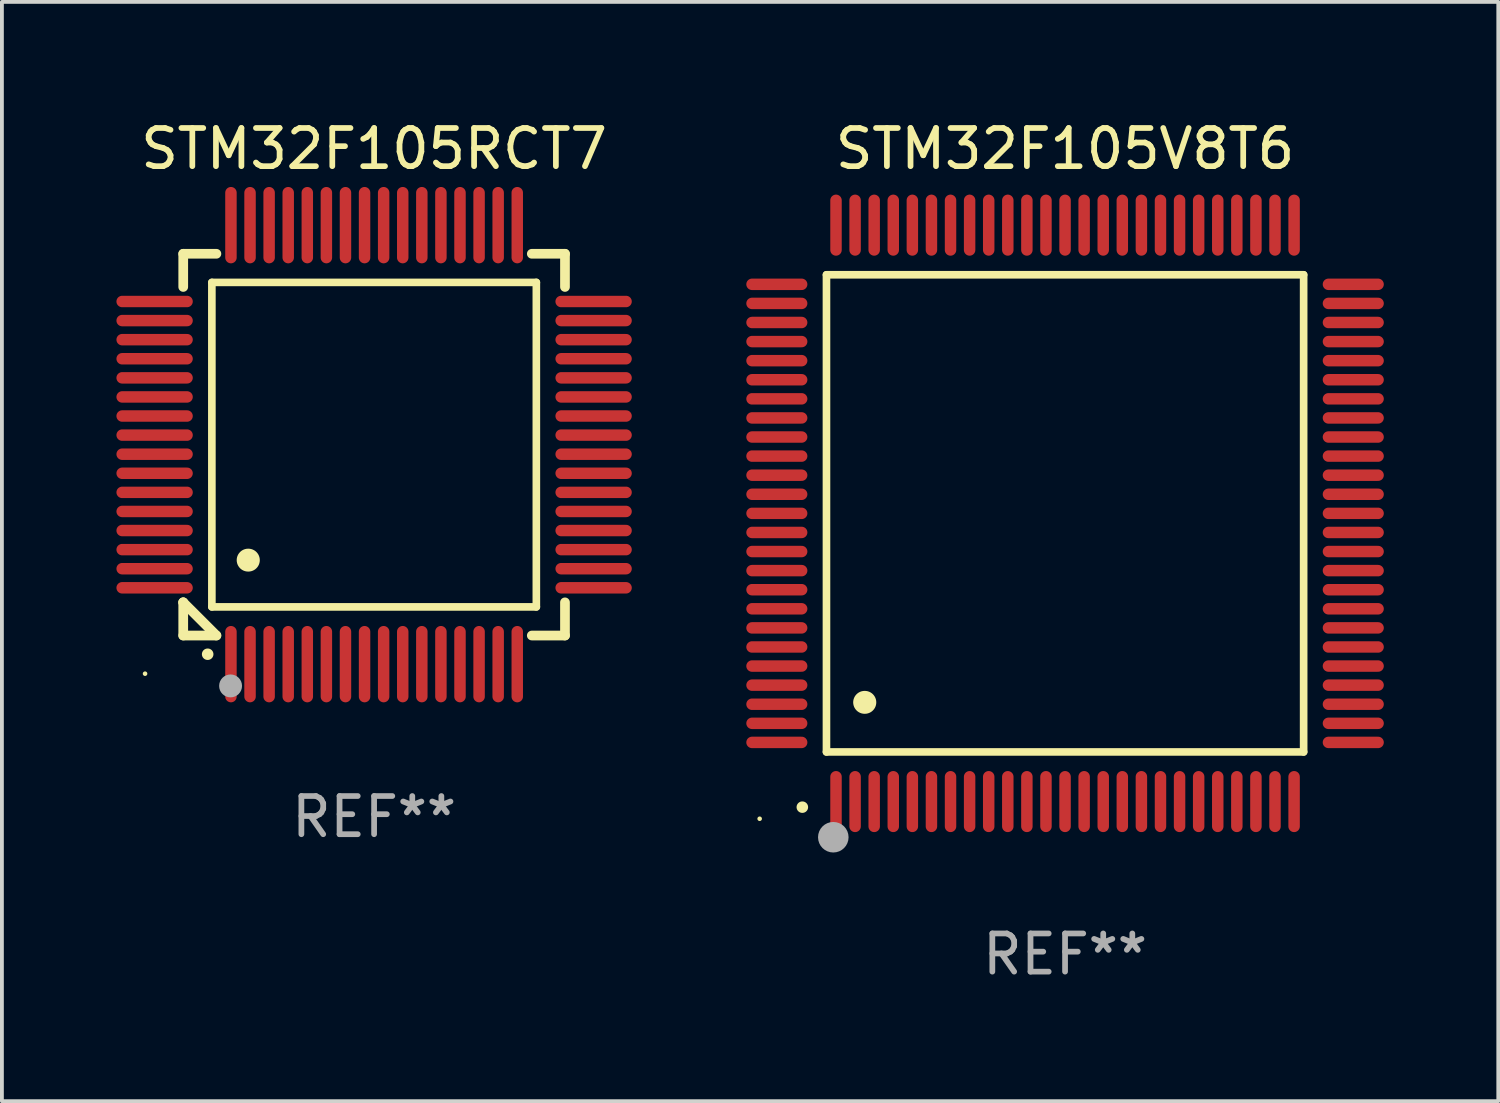
<source format=kicad_pcb>
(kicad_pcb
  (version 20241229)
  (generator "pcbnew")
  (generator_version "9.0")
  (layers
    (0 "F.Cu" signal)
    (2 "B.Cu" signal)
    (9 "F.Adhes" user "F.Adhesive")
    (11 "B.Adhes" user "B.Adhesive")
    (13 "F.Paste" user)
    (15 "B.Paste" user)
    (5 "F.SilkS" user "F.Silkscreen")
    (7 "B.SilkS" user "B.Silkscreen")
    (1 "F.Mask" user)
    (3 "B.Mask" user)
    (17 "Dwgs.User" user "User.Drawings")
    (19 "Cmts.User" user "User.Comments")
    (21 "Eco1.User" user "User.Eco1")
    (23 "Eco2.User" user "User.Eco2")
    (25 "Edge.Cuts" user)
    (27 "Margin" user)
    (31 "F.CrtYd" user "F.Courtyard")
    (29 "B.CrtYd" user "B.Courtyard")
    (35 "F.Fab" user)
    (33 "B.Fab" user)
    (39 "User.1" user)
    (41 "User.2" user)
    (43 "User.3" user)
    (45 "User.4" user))
  (footprint "STM32F105RCT7"
    (layer "F.Cu")
    (at 6.75 8.598)
    (property "Reference" "STM32F105RCT7" (at 0 -7.75 0) (layer "F.SilkS") (effects (font (size 1 1) (thickness 0.15))))
    (attr through_hole)
    (fp_line (start -5 -5) (end -4.131 -5) (stroke (width 0.254) (type solid)) (layer "F.SilkS"))
    (fp_line (start -5 -4.131) (end -5 -5) (stroke (width 0.254) (type solid)) (layer "F.SilkS"))
    (fp_line (start -5 4.131) (end -5 4.131) (stroke (width 0.254) (type solid)) (layer "F.SilkS"))
    (fp_line (start -5 5) (end -5 4.131) (stroke (width 0.254) (type solid)) (layer "F.SilkS"))
    (fp_line (start -5 4.131) (end -4.131 5) (stroke (width 0.254) (type solid)) (layer "F.SilkS"))
    (fp_line (start -4.25 -4.25) (end -4.25 4.25) (stroke (width 0.2) (type solid)) (layer "F.SilkS"))
    (fp_line (start -4.25 4.25) (end 4.25 4.25) (stroke (width 0.2) (type solid)) (layer "F.SilkS"))
    (fp_line (start -4.131 5) (end -5 5) (stroke (width 0.254) (type solid)) (layer "F.SilkS"))
    (fp_line (start 4.25 -4.25) (end -4.25 -4.25) (stroke (width 0.2) (type solid)) (layer "F.SilkS"))
    (fp_line (start 4.25 4.25) (end 4.25 -4.25) (stroke (width 0.2) (type solid)) (layer "F.SilkS"))
    (fp_line (start 5 -5) (end 4.131 -5) (stroke (width 0.254) (type solid)) (layer "F.SilkS"))
    (fp_line (start 5 -5) (end 5 -4.131) (stroke (width 0.254) (type solid)) (layer "F.SilkS"))
    (fp_line (start 5 4.131) (end 5 5) (stroke (width 0.254) (type solid)) (layer "F.SilkS"))
    (fp_line (start 5 5) (end 4.131 5) (stroke (width 0.254) (type solid)) (layer "F.SilkS"))
    (fp_arc (start -4.361265 5.489992) (mid -4.359995 5.489987) (end -4.358725 5.489992) (stroke (width 0.3) (type solid)) (layer "F.SilkS"))
    (fp_arc (start -3.299467 3.025146) (mid -3.296927 3.025135) (end -3.294387 3.025146) (stroke (width 0.6) (type solid)) (layer "F.SilkS"))
    (fp_circle (center -6 6) (end -5.97 6) (stroke (width 0.06) (type solid)) (fill no) (layer "F.SilkS"))
    (fp_circle (center -3.76 6.32) (end -3.61 6.32) (stroke (width 0.3) (type solid)) (fill no) (layer "F.Fab"))
    (fp_text user "REF**" (at 0 9.75 0) (layer "F.Fab") (effects (font (size 1 1) (thickness 0.15))))
    (pad "1" smd oval (at -3.75 5.75) (size 0.3 2) (layers "F.Cu" "F.Mask" "F.Paste"))
    (pad "2" smd oval (at -3.25 5.75) (size 0.3 2) (layers "F.Cu" "F.Mask" "F.Paste"))
    (pad "3" smd oval (at -2.75 5.75) (size 0.3 2) (layers "F.Cu" "F.Mask" "F.Paste"))
    (pad "4" smd oval (at -2.25 5.75) (size 0.3 2) (layers "F.Cu" "F.Mask" "F.Paste"))
    (pad "5" smd oval (at -1.75 5.75) (size 0.3 2) (layers "F.Cu" "F.Mask" "F.Paste"))
    (pad "6" smd oval (at -1.25 5.75) (size 0.3 2) (layers "F.Cu" "F.Mask" "F.Paste"))
    (pad "7" smd oval (at -0.75 5.75) (size 0.3 2) (layers "F.Cu" "F.Mask" "F.Paste"))
    (pad "8" smd oval (at -0.25 5.75) (size 0.3 2) (layers "F.Cu" "F.Mask" "F.Paste"))
    (pad "9" smd oval (at 0.25 5.75) (size 0.3 2) (layers "F.Cu" "F.Mask" "F.Paste"))
    (pad "10" smd oval (at 0.75 5.75) (size 0.3 2) (layers "F.Cu" "F.Mask" "F.Paste"))
    (pad "11" smd oval (at 1.25 5.75) (size 0.3 2) (layers "F.Cu" "F.Mask" "F.Paste"))
    (pad "12" smd oval (at 1.75 5.75) (size 0.3 2) (layers "F.Cu" "F.Mask" "F.Paste"))
    (pad "13" smd oval (at 2.25 5.75) (size 0.3 2) (layers "F.Cu" "F.Mask" "F.Paste"))
    (pad "14" smd oval (at 2.75 5.75) (size 0.3 2) (layers "F.Cu" "F.Mask" "F.Paste"))
    (pad "15" smd oval (at 3.25 5.75) (size 0.3 2) (layers "F.Cu" "F.Mask" "F.Paste"))
    (pad "16" smd oval (at 3.75 5.75) (size 0.3 2) (layers "F.Cu" "F.Mask" "F.Paste"))
    (pad "17" smd oval (at 5.75 3.75) (size 2 0.3) (layers "F.Cu" "F.Mask" "F.Paste"))
    (pad "18" smd oval (at 5.75 3.25) (size 2 0.3) (layers "F.Cu" "F.Mask" "F.Paste"))
    (pad "19" smd oval (at 5.75 2.75) (size 2 0.3) (layers "F.Cu" "F.Mask" "F.Paste"))
    (pad "20" smd oval (at 5.75 2.25) (size 2 0.3) (layers "F.Cu" "F.Mask" "F.Paste"))
    (pad "21" smd oval (at 5.75 1.75) (size 2 0.3) (layers "F.Cu" "F.Mask" "F.Paste"))
    (pad "22" smd oval (at 5.75 1.25) (size 2 0.3) (layers "F.Cu" "F.Mask" "F.Paste"))
    (pad "23" smd oval (at 5.75 0.75) (size 2 0.3) (layers "F.Cu" "F.Mask" "F.Paste"))
    (pad "24" smd oval (at 5.75 0.25) (size 2 0.3) (layers "F.Cu" "F.Mask" "F.Paste"))
    (pad "25" smd oval (at 5.75 -0.25) (size 2 0.3) (layers "F.Cu" "F.Mask" "F.Paste"))
    (pad "26" smd oval (at 5.75 -0.75) (size 2 0.3) (layers "F.Cu" "F.Mask" "F.Paste"))
    (pad "27" smd oval (at 5.75 -1.25) (size 2 0.3) (layers "F.Cu" "F.Mask" "F.Paste"))
    (pad "28" smd oval (at 5.75 -1.75) (size 2 0.3) (layers "F.Cu" "F.Mask" "F.Paste"))
    (pad "29" smd oval (at 5.75 -2.25) (size 2 0.3) (layers "F.Cu" "F.Mask" "F.Paste"))
    (pad "30" smd oval (at 5.75 -2.75) (size 2 0.3) (layers "F.Cu" "F.Mask" "F.Paste"))
    (pad "31" smd oval (at 5.75 -3.25) (size 2 0.3) (layers "F.Cu" "F.Mask" "F.Paste"))
    (pad "32" smd oval (at 5.75 -3.75) (size 2 0.3) (layers "F.Cu" "F.Mask" "F.Paste"))
    (pad "33" smd oval (at 3.75 -5.75) (size 0.3 2) (layers "F.Cu" "F.Mask" "F.Paste"))
    (pad "34" smd oval (at 3.25 -5.75) (size 0.3 2) (layers "F.Cu" "F.Mask" "F.Paste"))
    (pad "35" smd oval (at 2.75 -5.75) (size 0.3 2) (layers "F.Cu" "F.Mask" "F.Paste"))
    (pad "36" smd oval (at 2.25 -5.75) (size 0.3 2) (layers "F.Cu" "F.Mask" "F.Paste"))
    (pad "37" smd oval (at 1.75 -5.75) (size 0.3 2) (layers "F.Cu" "F.Mask" "F.Paste"))
    (pad "38" smd oval (at 1.25 -5.75) (size 0.3 2) (layers "F.Cu" "F.Mask" "F.Paste"))
    (pad "39" smd oval (at 0.75 -5.75) (size 0.3 2) (layers "F.Cu" "F.Mask" "F.Paste"))
    (pad "40" smd oval (at 0.25 -5.75) (size 0.3 2) (layers "F.Cu" "F.Mask" "F.Paste"))
    (pad "41" smd oval (at -0.25 -5.75) (size 0.3 2) (layers "F.Cu" "F.Mask" "F.Paste"))
    (pad "42" smd oval (at -0.75 -5.75) (size 0.3 2) (layers "F.Cu" "F.Mask" "F.Paste"))
    (pad "43" smd oval (at -1.25 -5.75) (size 0.3 2) (layers "F.Cu" "F.Mask" "F.Paste"))
    (pad "44" smd oval (at -1.75 -5.75) (size 0.3 2) (layers "F.Cu" "F.Mask" "F.Paste"))
    (pad "45" smd oval (at -2.25 -5.75) (size 0.3 2) (layers "F.Cu" "F.Mask" "F.Paste"))
    (pad "46" smd oval (at -2.75 -5.75) (size 0.3 2) (layers "F.Cu" "F.Mask" "F.Paste"))
    (pad "47" smd oval (at -3.25 -5.75) (size 0.3 2) (layers "F.Cu" "F.Mask" "F.Paste"))
    (pad "48" smd oval (at -3.75 -5.75) (size 0.3 2) (layers "F.Cu" "F.Mask" "F.Paste"))
    (pad "49" smd oval (at -5.75 -3.75) (size 2 0.3) (layers "F.Cu" "F.Mask" "F.Paste"))
    (pad "50" smd oval (at -5.75 -3.25) (size 2 0.3) (layers "F.Cu" "F.Mask" "F.Paste"))
    (pad "51" smd oval (at -5.75 -2.75) (size 2 0.3) (layers "F.Cu" "F.Mask" "F.Paste"))
    (pad "52" smd oval (at -5.75 -2.25) (size 2 0.3) (layers "F.Cu" "F.Mask" "F.Paste"))
    (pad "53" smd oval (at -5.75 -1.75) (size 2 0.3) (layers "F.Cu" "F.Mask" "F.Paste"))
    (pad "54" smd oval (at -5.75 -1.25) (size 2 0.3) (layers "F.Cu" "F.Mask" "F.Paste"))
    (pad "55" smd oval (at -5.75 -0.75) (size 2 0.3) (layers "F.Cu" "F.Mask" "F.Paste"))
    (pad "56" smd oval (at -5.75 -0.25) (size 2 0.3) (layers "F.Cu" "F.Mask" "F.Paste"))
    (pad "57" smd oval (at -5.75 0.25) (size 2 0.3) (layers "F.Cu" "F.Mask" "F.Paste"))
    (pad "58" smd oval (at -5.75 0.75) (size 2 0.3) (layers "F.Cu" "F.Mask" "F.Paste"))
    (pad "59" smd oval (at -5.75 1.25) (size 2 0.3) (layers "F.Cu" "F.Mask" "F.Paste"))
    (pad "60" smd oval (at -5.75 1.75) (size 2 0.3) (layers "F.Cu" "F.Mask" "F.Paste"))
    (pad "61" smd oval (at -5.75 2.25) (size 2 0.3) (layers "F.Cu" "F.Mask" "F.Paste"))
    (pad "62" smd oval (at -5.75 2.75) (size 2 0.3) (layers "F.Cu" "F.Mask" "F.Paste"))
    (pad "63" smd oval (at -5.75 3.25) (size 2 0.3) (layers "F.Cu" "F.Mask" "F.Paste"))
    (pad "64" smd oval (at -5.75 3.75) (size 2 0.3) (layers "F.Cu" "F.Mask" "F.Paste")))
  (footprint "STM32F105V8T6"
    (layer "F.Cu")
    (at 24.85 10.398)
    (property "Reference" "STM32F105V8T6" (at 0 -9.55 0) (layer "F.SilkS") (effects (font (size 1 1) (thickness 0.15))))
    (attr through_hole)
    (fp_line (start -6.25 -6.25) (end -6.25 6.25) (stroke (width 0.2) (type solid)) (layer "F.SilkS"))
    (fp_line (start -6.25 6.25) (end 6.25 6.25) (stroke (width 0.2) (type solid)) (layer "F.SilkS"))
    (fp_line (start 6.25 -6.25) (end -6.25 -6.25) (stroke (width 0.2) (type solid)) (layer "F.SilkS"))
    (fp_line (start 6.25 6.25) (end 6.25 -6.25) (stroke (width 0.2) (type solid)) (layer "F.SilkS"))
    (fp_arc (start -6.883414 7.696215) (mid -6.882144 7.69621) (end -6.880874 7.696215) (stroke (width 0.3) (type solid)) (layer "F.SilkS"))
    (fp_arc (start -5.250191 4.95047) (mid -5.247651 4.950459) (end -5.245111 4.95047) (stroke (width 0.6) (type solid)) (layer "F.SilkS"))
    (fp_circle (center -8 8) (end -7.97 8) (stroke (width 0.06) (type solid)) (fill no) (layer "F.SilkS"))
    (fp_circle (center -6.071 8.484) (end -5.871 8.484) (stroke (width 0.4) (type solid)) (fill no) (layer "F.Fab"))
    (fp_text user "REF**" (at 0 11.55 0) (layer "F.Fab") (effects (font (size 1 1) (thickness 0.15))))
    (pad "1" smd oval (at -6 7.55) (size 0.3 1.6) (layers "F.Cu" "F.Mask" "F.Paste"))
    (pad "2" smd oval (at -5.5 7.55) (size 0.3 1.6) (layers "F.Cu" "F.Mask" "F.Paste"))
    (pad "3" smd oval (at -5 7.55) (size 0.3 1.6) (layers "F.Cu" "F.Mask" "F.Paste"))
    (pad "4" smd oval (at -4.5 7.55) (size 0.3 1.6) (layers "F.Cu" "F.Mask" "F.Paste"))
    (pad "5" smd oval (at -4 7.55) (size 0.3 1.6) (layers "F.Cu" "F.Mask" "F.Paste"))
    (pad "6" smd oval (at -3.5 7.55) (size 0.3 1.6) (layers "F.Cu" "F.Mask" "F.Paste"))
    (pad "7" smd oval (at -3 7.55) (size 0.3 1.6) (layers "F.Cu" "F.Mask" "F.Paste"))
    (pad "8" smd oval (at -2.5 7.55) (size 0.3 1.6) (layers "F.Cu" "F.Mask" "F.Paste"))
    (pad "9" smd oval (at -2 7.55) (size 0.3 1.6) (layers "F.Cu" "F.Mask" "F.Paste"))
    (pad "10" smd oval (at -1.5 7.55) (size 0.3 1.6) (layers "F.Cu" "F.Mask" "F.Paste"))
    (pad "11" smd oval (at -1 7.55) (size 0.3 1.6) (layers "F.Cu" "F.Mask" "F.Paste"))
    (pad "12" smd oval (at -0.5 7.55) (size 0.3 1.6) (layers "F.Cu" "F.Mask" "F.Paste"))
    (pad "13" smd oval (at 0 7.55) (size 0.3 1.6) (layers "F.Cu" "F.Mask" "F.Paste"))
    (pad "14" smd oval (at 0.5 7.55) (size 0.3 1.6) (layers "F.Cu" "F.Mask" "F.Paste"))
    (pad "15" smd oval (at 1 7.55) (size 0.3 1.6) (layers "F.Cu" "F.Mask" "F.Paste"))
    (pad "16" smd oval (at 1.5 7.55) (size 0.3 1.6) (layers "F.Cu" "F.Mask" "F.Paste"))
    (pad "17" smd oval (at 2 7.55) (size 0.3 1.6) (layers "F.Cu" "F.Mask" "F.Paste"))
    (pad "18" smd oval (at 2.5 7.55) (size 0.3 1.6) (layers "F.Cu" "F.Mask" "F.Paste"))
    (pad "19" smd oval (at 3 7.55) (size 0.3 1.6) (layers "F.Cu" "F.Mask" "F.Paste"))
    (pad "20" smd oval (at 3.5 7.55) (size 0.3 1.6) (layers "F.Cu" "F.Mask" "F.Paste"))
    (pad "21" smd oval (at 4 7.55) (size 0.3 1.6) (layers "F.Cu" "F.Mask" "F.Paste"))
    (pad "22" smd oval (at 4.5 7.55) (size 0.3 1.6) (layers "F.Cu" "F.Mask" "F.Paste"))
    (pad "23" smd oval (at 5 7.55) (size 0.3 1.6) (layers "F.Cu" "F.Mask" "F.Paste"))
    (pad "24" smd oval (at 5.5 7.55) (size 0.3 1.6) (layers "F.Cu" "F.Mask" "F.Paste"))
    (pad "25" smd oval (at 6 7.55) (size 0.3 1.6) (layers "F.Cu" "F.Mask" "F.Paste"))
    (pad "26" smd oval (at 7.55 6) (size 1.6 0.3) (layers "F.Cu" "F.Mask" "F.Paste"))
    (pad "27" smd oval (at 7.55 5.5) (size 1.6 0.3) (layers "F.Cu" "F.Mask" "F.Paste"))
    (pad "28" smd oval (at 7.55 5) (size 1.6 0.3) (layers "F.Cu" "F.Mask" "F.Paste"))
    (pad "29" smd oval (at 7.55 4.5) (size 1.6 0.3) (layers "F.Cu" "F.Mask" "F.Paste"))
    (pad "30" smd oval (at 7.55 4) (size 1.6 0.3) (layers "F.Cu" "F.Mask" "F.Paste"))
    (pad "31" smd oval (at 7.55 3.5) (size 1.6 0.3) (layers "F.Cu" "F.Mask" "F.Paste"))
    (pad "32" smd oval (at 7.55 3) (size 1.6 0.3) (layers "F.Cu" "F.Mask" "F.Paste"))
    (pad "33" smd oval (at 7.55 2.5) (size 1.6 0.3) (layers "F.Cu" "F.Mask" "F.Paste"))
    (pad "34" smd oval (at 7.55 2) (size 1.6 0.3) (layers "F.Cu" "F.Mask" "F.Paste"))
    (pad "35" smd oval (at 7.55 1.5) (size 1.6 0.3) (layers "F.Cu" "F.Mask" "F.Paste"))
    (pad "36" smd oval (at 7.55 1) (size 1.6 0.3) (layers "F.Cu" "F.Mask" "F.Paste"))
    (pad "37" smd oval (at 7.55 0.5) (size 1.6 0.3) (layers "F.Cu" "F.Mask" "F.Paste"))
    (pad "38" smd oval (at 7.55 0) (size 1.6 0.3) (layers "F.Cu" "F.Mask" "F.Paste"))
    (pad "39" smd oval (at 7.55 -0.5) (size 1.6 0.3) (layers "F.Cu" "F.Mask" "F.Paste"))
    (pad "40" smd oval (at 7.55 -1) (size 1.6 0.3) (layers "F.Cu" "F.Mask" "F.Paste"))
    (pad "41" smd oval (at 7.55 -1.5) (size 1.6 0.3) (layers "F.Cu" "F.Mask" "F.Paste"))
    (pad "42" smd oval (at 7.55 -2) (size 1.6 0.3) (layers "F.Cu" "F.Mask" "F.Paste"))
    (pad "43" smd oval (at 7.55 -2.5) (size 1.6 0.3) (layers "F.Cu" "F.Mask" "F.Paste"))
    (pad "44" smd oval (at 7.55 -3) (size 1.6 0.3) (layers "F.Cu" "F.Mask" "F.Paste"))
    (pad "45" smd oval (at 7.55 -3.5) (size 1.6 0.3) (layers "F.Cu" "F.Mask" "F.Paste"))
    (pad "46" smd oval (at 7.55 -4) (size 1.6 0.3) (layers "F.Cu" "F.Mask" "F.Paste"))
    (pad "47" smd oval (at 7.55 -4.5) (size 1.6 0.3) (layers "F.Cu" "F.Mask" "F.Paste"))
    (pad "48" smd oval (at 7.55 -5) (size 1.6 0.3) (layers "F.Cu" "F.Mask" "F.Paste"))
    (pad "49" smd oval (at 7.55 -5.5) (size 1.6 0.3) (layers "F.Cu" "F.Mask" "F.Paste"))
    (pad "50" smd oval (at 7.55 -6) (size 1.6 0.3) (layers "F.Cu" "F.Mask" "F.Paste"))
    (pad "51" smd oval (at 6 -7.55) (size 0.3 1.6) (layers "F.Cu" "F.Mask" "F.Paste"))
    (pad "52" smd oval (at 5.5 -7.55) (size 0.3 1.6) (layers "F.Cu" "F.Mask" "F.Paste"))
    (pad "53" smd oval (at 5 -7.55) (size 0.3 1.6) (layers "F.Cu" "F.Mask" "F.Paste"))
    (pad "54" smd oval (at 4.5 -7.55) (size 0.3 1.6) (layers "F.Cu" "F.Mask" "F.Paste"))
    (pad "55" smd oval (at 4 -7.55) (size 0.3 1.6) (layers "F.Cu" "F.Mask" "F.Paste"))
    (pad "56" smd oval (at 3.5 -7.55) (size 0.3 1.6) (layers "F.Cu" "F.Mask" "F.Paste"))
    (pad "57" smd oval (at 3 -7.55) (size 0.3 1.6) (layers "F.Cu" "F.Mask" "F.Paste"))
    (pad "58" smd oval (at 2.5 -7.55) (size 0.3 1.6) (layers "F.Cu" "F.Mask" "F.Paste"))
    (pad "59" smd oval (at 2 -7.55) (size 0.3 1.6) (layers "F.Cu" "F.Mask" "F.Paste"))
    (pad "60" smd oval (at 1.5 -7.55) (size 0.3 1.6) (layers "F.Cu" "F.Mask" "F.Paste"))
    (pad "61" smd oval (at 1 -7.55) (size 0.3 1.6) (layers "F.Cu" "F.Mask" "F.Paste"))
    (pad "62" smd oval (at 0.5 -7.55) (size 0.3 1.6) (layers "F.Cu" "F.Mask" "F.Paste"))
    (pad "63" smd oval (at 0 -7.55) (size 0.3 1.6) (layers "F.Cu" "F.Mask" "F.Paste"))
    (pad "64" smd oval (at -0.5 -7.55) (size 0.3 1.6) (layers "F.Cu" "F.Mask" "F.Paste"))
    (pad "65" smd oval (at -1 -7.55) (size 0.3 1.6) (layers "F.Cu" "F.Mask" "F.Paste"))
    (pad "66" smd oval (at -1.5 -7.55) (size 0.3 1.6) (layers "F.Cu" "F.Mask" "F.Paste"))
    (pad "67" smd oval (at -2 -7.55) (size 0.3 1.6) (layers "F.Cu" "F.Mask" "F.Paste"))
    (pad "68" smd oval (at -2.5 -7.55) (size 0.3 1.6) (layers "F.Cu" "F.Mask" "F.Paste"))
    (pad "69" smd oval (at -3 -7.55) (size 0.3 1.6) (layers "F.Cu" "F.Mask" "F.Paste"))
    (pad "70" smd oval (at -3.5 -7.55) (size 0.3 1.6) (layers "F.Cu" "F.Mask" "F.Paste"))
    (pad "71" smd oval (at -4 -7.55) (size 0.3 1.6) (layers "F.Cu" "F.Mask" "F.Paste"))
    (pad "72" smd oval (at -4.5 -7.55) (size 0.3 1.6) (layers "F.Cu" "F.Mask" "F.Paste"))
    (pad "73" smd oval (at -5 -7.55) (size 0.3 1.6) (layers "F.Cu" "F.Mask" "F.Paste"))
    (pad "74" smd oval (at -5.5 -7.55) (size 0.3 1.6) (layers "F.Cu" "F.Mask" "F.Paste"))
    (pad "75" smd oval (at -6 -7.55) (size 0.3 1.6) (layers "F.Cu" "F.Mask" "F.Paste"))
    (pad "76" smd oval (at -7.55 -6) (size 1.6 0.3) (layers "F.Cu" "F.Mask" "F.Paste"))
    (pad "77" smd oval (at -7.55 -5.5) (size 1.6 0.3) (layers "F.Cu" "F.Mask" "F.Paste"))
    (pad "78" smd oval (at -7.55 -5) (size 1.6 0.3) (layers "F.Cu" "F.Mask" "F.Paste"))
    (pad "79" smd oval (at -7.55 -4.5) (size 1.6 0.3) (layers "F.Cu" "F.Mask" "F.Paste"))
    (pad "80" smd oval (at -7.55 -4) (size 1.6 0.3) (layers "F.Cu" "F.Mask" "F.Paste"))
    (pad "81" smd oval (at -7.55 -3.5) (size 1.6 0.3) (layers "F.Cu" "F.Mask" "F.Paste"))
    (pad "82" smd oval (at -7.55 -3) (size 1.6 0.3) (layers "F.Cu" "F.Mask" "F.Paste"))
    (pad "83" smd oval (at -7.55 -2.5) (size 1.6 0.3) (layers "F.Cu" "F.Mask" "F.Paste"))
    (pad "84" smd oval (at -7.55 -2) (size 1.6 0.3) (layers "F.Cu" "F.Mask" "F.Paste"))
    (pad "85" smd oval (at -7.55 -1.5) (size 1.6 0.3) (layers "F.Cu" "F.Mask" "F.Paste"))
    (pad "86" smd oval (at -7.55 -1) (size 1.6 0.3) (layers "F.Cu" "F.Mask" "F.Paste"))
    (pad "87" smd oval (at -7.55 -0.5) (size 1.6 0.3) (layers "F.Cu" "F.Mask" "F.Paste"))
    (pad "88" smd oval (at -7.55 0) (size 1.6 0.3) (layers "F.Cu" "F.Mask" "F.Paste"))
    (pad "89" smd oval (at -7.55 0.5) (size 1.6 0.3) (layers "F.Cu" "F.Mask" "F.Paste"))
    (pad "90" smd oval (at -7.55 1) (size 1.6 0.3) (layers "F.Cu" "F.Mask" "F.Paste"))
    (pad "91" smd oval (at -7.55 1.5) (size 1.6 0.3) (layers "F.Cu" "F.Mask" "F.Paste"))
    (pad "92" smd oval (at -7.55 2) (size 1.6 0.3) (layers "F.Cu" "F.Mask" "F.Paste"))
    (pad "93" smd oval (at -7.55 2.5) (size 1.6 0.3) (layers "F.Cu" "F.Mask" "F.Paste"))
    (pad "94" smd oval (at -7.55 3) (size 1.6 0.3) (layers "F.Cu" "F.Mask" "F.Paste"))
    (pad "95" smd oval (at -7.55 3.5) (size 1.6 0.3) (layers "F.Cu" "F.Mask" "F.Paste"))
    (pad "96" smd oval (at -7.55 4) (size 1.6 0.3) (layers "F.Cu" "F.Mask" "F.Paste"))
    (pad "97" smd oval (at -7.55 4.5) (size 1.6 0.3) (layers "F.Cu" "F.Mask" "F.Paste"))
    (pad "98" smd oval (at -7.55 5) (size 1.6 0.3) (layers "F.Cu" "F.Mask" "F.Paste"))
    (pad "99" smd oval (at -7.55 5.5) (size 1.6 0.3) (layers "F.Cu" "F.Mask" "F.Paste"))
    (pad "100" smd oval (at -7.55 6) (size 1.6 0.3) (layers "F.Cu" "F.Mask" "F.Paste")))
  (gr_rect
    (start -3 -3)
    (end 36.199 25.796)
    (stroke (width 0.1) (type default))
    (fill no)
    (layer "Edge.Cuts")))
</source>
